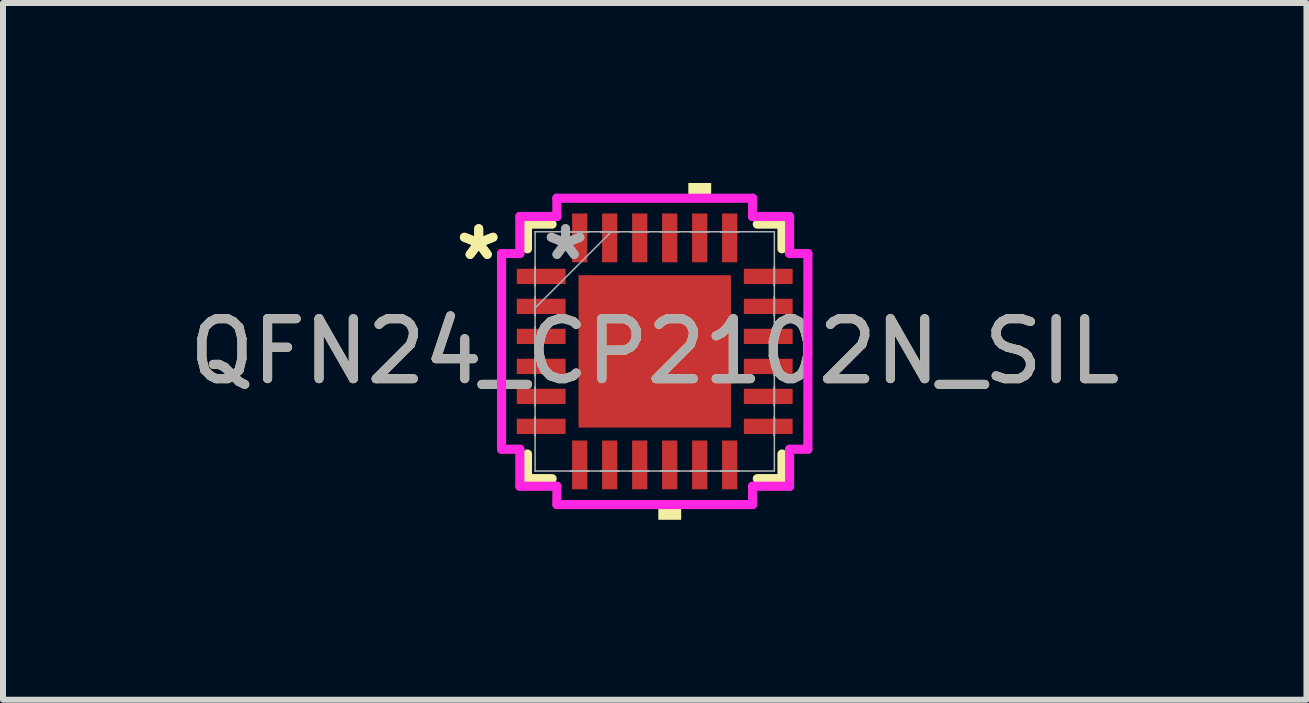
<source format=kicad_pcb>
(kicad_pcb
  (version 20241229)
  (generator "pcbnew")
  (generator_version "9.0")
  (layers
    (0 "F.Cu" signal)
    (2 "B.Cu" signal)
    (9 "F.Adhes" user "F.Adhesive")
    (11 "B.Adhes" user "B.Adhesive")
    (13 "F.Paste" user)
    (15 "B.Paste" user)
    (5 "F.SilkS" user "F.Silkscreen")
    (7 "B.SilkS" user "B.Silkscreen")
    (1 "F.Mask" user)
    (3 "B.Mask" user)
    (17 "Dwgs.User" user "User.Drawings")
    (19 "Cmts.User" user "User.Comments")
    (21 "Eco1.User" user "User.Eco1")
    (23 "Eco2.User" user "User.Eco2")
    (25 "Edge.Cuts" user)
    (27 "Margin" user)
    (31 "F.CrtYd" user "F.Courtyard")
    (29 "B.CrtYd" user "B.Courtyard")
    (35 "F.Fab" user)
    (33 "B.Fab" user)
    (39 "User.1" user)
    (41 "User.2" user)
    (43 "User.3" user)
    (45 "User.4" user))
  (footprint "QFN24_CP2102N_SIL"
    (layer "F.Cu")
    (at 7.863 2.807)
    (property "Reference" "QFN24_CP2102N_SIL" (at 0 0 0) (unlocked yes) (layer "F.SilkS") (effects (font (size 1 1) (thickness 0.15))))
    (attr smd)
    (fp_line (start -2.121 -2.121) (end -2.121 -1.71) (stroke (width 0.152) (type solid)) (layer "F.SilkS"))
    (fp_line (start -2.121 1.71) (end -2.121 2.121) (stroke (width 0.152) (type solid)) (layer "F.SilkS"))
    (fp_line (start -2.121 2.121) (end -1.71 2.121) (stroke (width 0.152) (type solid)) (layer "F.SilkS"))
    (fp_line (start -1.71 -2.121) (end -2.121 -2.121) (stroke (width 0.152) (type solid)) (layer "F.SilkS"))
    (fp_line (start 1.71 2.121) (end 2.121 2.121) (stroke (width 0.152) (type solid)) (layer "F.SilkS"))
    (fp_line (start 2.121 -2.121) (end 1.71 -2.121) (stroke (width 0.152) (type solid)) (layer "F.SilkS"))
    (fp_line (start 2.121 -1.71) (end 2.121 -2.121) (stroke (width 0.152) (type solid)) (layer "F.SilkS"))
    (fp_line (start 2.121 2.121) (end 2.121 1.71) (stroke (width 0.152) (type solid)) (layer "F.SilkS"))
    (fp_poly (pts (xy 0.06 2.553) (xy 0.06 2.807) (xy 0.441 2.807) (xy 0.441 2.553)) (stroke (width 0) (type solid)) (fill yes) (layer "F.SilkS"))
    (fp_poly (pts (xy 0.56 -2.553) (xy 0.56 -2.807) (xy 0.941 -2.807) (xy 0.941 -2.553)) (stroke (width 0) (type solid)) (fill yes) (layer "F.SilkS"))
    (fp_poly (pts (xy -1.17 -1.17) (xy -1.17 -0.1) (xy -0.1 -0.1) (xy -0.1 -1.17)) (stroke (width 0) (type solid)) (fill yes) (layer "F.Paste"))
    (fp_poly (pts (xy -1.17 0.1) (xy -1.17 1.17) (xy -0.1 1.17) (xy -0.1 0.1)) (stroke (width 0) (type solid)) (fill yes) (layer "F.Paste"))
    (fp_poly (pts (xy 0.1 -1.17) (xy 0.1 -0.1) (xy 1.17 -0.1) (xy 1.17 -1.17)) (stroke (width 0) (type solid)) (fill yes) (layer "F.Paste"))
    (fp_poly (pts (xy 0.1 0.1) (xy 0.1 1.17) (xy 1.17 1.17) (xy 1.17 0.1)) (stroke (width 0) (type solid)) (fill yes) (layer "F.Paste"))
    (fp_line (start -2.553 -1.631) (end -2.248 -1.631) (stroke (width 0.152) (type solid)) (layer "F.CrtYd"))
    (fp_line (start -2.553 1.631) (end -2.553 -1.631) (stroke (width 0.152) (type solid)) (layer "F.CrtYd"))
    (fp_line (start -2.248 -2.248) (end -1.631 -2.248) (stroke (width 0.152) (type solid)) (layer "F.CrtYd"))
    (fp_line (start -2.248 -1.631) (end -2.248 -2.248) (stroke (width 0.152) (type solid)) (layer "F.CrtYd"))
    (fp_line (start -2.248 1.631) (end -2.553 1.631) (stroke (width 0.152) (type solid)) (layer "F.CrtYd"))
    (fp_line (start -2.248 2.248) (end -2.248 1.631) (stroke (width 0.152) (type solid)) (layer "F.CrtYd"))
    (fp_line (start -1.631 -2.553) (end 1.631 -2.553) (stroke (width 0.152) (type solid)) (layer "F.CrtYd"))
    (fp_line (start -1.631 -2.248) (end -1.631 -2.553) (stroke (width 0.152) (type solid)) (layer "F.CrtYd"))
    (fp_line (start -1.631 2.248) (end -2.248 2.248) (stroke (width 0.152) (type solid)) (layer "F.CrtYd"))
    (fp_line (start -1.631 2.553) (end -1.631 2.248) (stroke (width 0.152) (type solid)) (layer "F.CrtYd"))
    (fp_line (start 1.631 -2.553) (end 1.631 -2.248) (stroke (width 0.152) (type solid)) (layer "F.CrtYd"))
    (fp_line (start 1.631 -2.248) (end 2.248 -2.248) (stroke (width 0.152) (type solid)) (layer "F.CrtYd"))
    (fp_line (start 1.631 2.248) (end 1.631 2.553) (stroke (width 0.152) (type solid)) (layer "F.CrtYd"))
    (fp_line (start 1.631 2.553) (end -1.631 2.553) (stroke (width 0.152) (type solid)) (layer "F.CrtYd"))
    (fp_line (start 2.248 -2.248) (end 2.248 -1.631) (stroke (width 0.152) (type solid)) (layer "F.CrtYd"))
    (fp_line (start 2.248 -1.631) (end 2.553 -1.631) (stroke (width 0.152) (type solid)) (layer "F.CrtYd"))
    (fp_line (start 2.248 1.631) (end 2.248 2.248) (stroke (width 0.152) (type solid)) (layer "F.CrtYd"))
    (fp_line (start 2.248 2.248) (end 1.631 2.248) (stroke (width 0.152) (type solid)) (layer "F.CrtYd"))
    (fp_line (start 2.553 -1.631) (end 2.553 1.631) (stroke (width 0.152) (type solid)) (layer "F.CrtYd"))
    (fp_line (start 2.553 1.631) (end 2.248 1.631) (stroke (width 0.152) (type solid)) (layer "F.CrtYd"))
    (fp_line (start -1.994 -1.994) (end -1.994 -1.994) (stroke (width 0.025) (type solid)) (layer "F.Fab"))
    (fp_line (start -1.994 -1.994) (end -1.994 1.994) (stroke (width 0.025) (type solid)) (layer "F.Fab"))
    (fp_line (start -1.994 -1.403) (end -1.994 -1.403) (stroke (width 0.025) (type solid)) (layer "F.Fab"))
    (fp_line (start -1.994 -1.403) (end -1.994 -1.098) (stroke (width 0.025) (type solid)) (layer "F.Fab"))
    (fp_line (start -1.994 -1.098) (end -1.994 -1.403) (stroke (width 0.025) (type solid)) (layer "F.Fab"))
    (fp_line (start -1.994 -1.098) (end -1.994 -1.098) (stroke (width 0.025) (type solid)) (layer "F.Fab"))
    (fp_line (start -1.994 -0.903) (end -1.994 -0.903) (stroke (width 0.025) (type solid)) (layer "F.Fab"))
    (fp_line (start -1.994 -0.903) (end -1.994 -0.598) (stroke (width 0.025) (type solid)) (layer "F.Fab"))
    (fp_line (start -1.994 -0.724) (end -0.724 -1.994) (stroke (width 0.025) (type solid)) (layer "F.Fab"))
    (fp_line (start -1.994 -0.598) (end -1.994 -0.903) (stroke (width 0.025) (type solid)) (layer "F.Fab"))
    (fp_line (start -1.994 -0.598) (end -1.994 -0.598) (stroke (width 0.025) (type solid)) (layer "F.Fab"))
    (fp_line (start -1.994 -0.402) (end -1.994 -0.402) (stroke (width 0.025) (type solid)) (layer "F.Fab"))
    (fp_line (start -1.994 -0.402) (end -1.994 -0.098) (stroke (width 0.025) (type solid)) (layer "F.Fab"))
    (fp_line (start -1.994 -0.098) (end -1.994 -0.402) (stroke (width 0.025) (type solid)) (layer "F.Fab"))
    (fp_line (start -1.994 -0.098) (end -1.994 -0.098) (stroke (width 0.025) (type solid)) (layer "F.Fab"))
    (fp_line (start -1.994 0.098) (end -1.994 0.098) (stroke (width 0.025) (type solid)) (layer "F.Fab"))
    (fp_line (start -1.994 0.098) (end -1.994 0.402) (stroke (width 0.025) (type solid)) (layer "F.Fab"))
    (fp_line (start -1.994 0.402) (end -1.994 0.098) (stroke (width 0.025) (type solid)) (layer "F.Fab"))
    (fp_line (start -1.994 0.402) (end -1.994 0.402) (stroke (width 0.025) (type solid)) (layer "F.Fab"))
    (fp_line (start -1.994 0.598) (end -1.994 0.598) (stroke (width 0.025) (type solid)) (layer "F.Fab"))
    (fp_line (start -1.994 0.598) (end -1.994 0.903) (stroke (width 0.025) (type solid)) (layer "F.Fab"))
    (fp_line (start -1.994 0.903) (end -1.994 0.598) (stroke (width 0.025) (type solid)) (layer "F.Fab"))
    (fp_line (start -1.994 0.903) (end -1.994 0.903) (stroke (width 0.025) (type solid)) (layer "F.Fab"))
    (fp_line (start -1.994 1.098) (end -1.994 1.098) (stroke (width 0.025) (type solid)) (layer "F.Fab"))
    (fp_line (start -1.994 1.098) (end -1.994 1.403) (stroke (width 0.025) (type solid)) (layer "F.Fab"))
    (fp_line (start -1.994 1.403) (end -1.994 1.098) (stroke (width 0.025) (type solid)) (layer "F.Fab"))
    (fp_line (start -1.994 1.403) (end -1.994 1.403) (stroke (width 0.025) (type solid)) (layer "F.Fab"))
    (fp_line (start -1.994 1.994) (end -1.994 1.994) (stroke (width 0.025) (type solid)) (layer "F.Fab"))
    (fp_line (start -1.994 1.994) (end 1.994 1.994) (stroke (width 0.025) (type solid)) (layer "F.Fab"))
    (fp_line (start -1.403 -1.994) (end -1.403 -1.994) (stroke (width 0.025) (type solid)) (layer "F.Fab"))
    (fp_line (start -1.403 -1.994) (end -1.098 -1.994) (stroke (width 0.025) (type solid)) (layer "F.Fab"))
    (fp_line (start -1.403 1.994) (end -1.403 1.994) (stroke (width 0.025) (type solid)) (layer "F.Fab"))
    (fp_line (start -1.403 1.994) (end -1.098 1.994) (stroke (width 0.025) (type solid)) (layer "F.Fab"))
    (fp_line (start -1.098 -1.994) (end -1.403 -1.994) (stroke (width 0.025) (type solid)) (layer "F.Fab"))
    (fp_line (start -1.098 -1.994) (end -1.098 -1.994) (stroke (width 0.025) (type solid)) (layer "F.Fab"))
    (fp_line (start -1.098 1.994) (end -1.403 1.994) (stroke (width 0.025) (type solid)) (layer "F.Fab"))
    (fp_line (start -1.098 1.994) (end -1.098 1.994) (stroke (width 0.025) (type solid)) (layer "F.Fab"))
    (fp_line (start -0.903 -1.994) (end -0.903 -1.994) (stroke (width 0.025) (type solid)) (layer "F.Fab"))
    (fp_line (start -0.903 -1.994) (end -0.598 -1.994) (stroke (width 0.025) (type solid)) (layer "F.Fab"))
    (fp_line (start -0.903 1.994) (end -0.903 1.994) (stroke (width 0.025) (type solid)) (layer "F.Fab"))
    (fp_line (start -0.903 1.994) (end -0.598 1.994) (stroke (width 0.025) (type solid)) (layer "F.Fab"))
    (fp_line (start -0.598 -1.994) (end -0.903 -1.994) (stroke (width 0.025) (type solid)) (layer "F.Fab"))
    (fp_line (start -0.598 -1.994) (end -0.598 -1.994) (stroke (width 0.025) (type solid)) (layer "F.Fab"))
    (fp_line (start -0.598 1.994) (end -0.903 1.994) (stroke (width 0.025) (type solid)) (layer "F.Fab"))
    (fp_line (start -0.598 1.994) (end -0.598 1.994) (stroke (width 0.025) (type solid)) (layer "F.Fab"))
    (fp_line (start -0.402 -1.994) (end -0.402 -1.994) (stroke (width 0.025) (type solid)) (layer "F.Fab"))
    (fp_line (start -0.402 -1.994) (end -0.098 -1.994) (stroke (width 0.025) (type solid)) (layer "F.Fab"))
    (fp_line (start -0.402 1.994) (end -0.402 1.994) (stroke (width 0.025) (type solid)) (layer "F.Fab"))
    (fp_line (start -0.402 1.994) (end -0.098 1.994) (stroke (width 0.025) (type solid)) (layer "F.Fab"))
    (fp_line (start -0.098 -1.994) (end -0.402 -1.994) (stroke (width 0.025) (type solid)) (layer "F.Fab"))
    (fp_line (start -0.098 -1.994) (end -0.098 -1.994) (stroke (width 0.025) (type solid)) (layer "F.Fab"))
    (fp_line (start -0.098 1.994) (end -0.402 1.994) (stroke (width 0.025) (type solid)) (layer "F.Fab"))
    (fp_line (start -0.098 1.994) (end -0.098 1.994) (stroke (width 0.025) (type solid)) (layer "F.Fab"))
    (fp_line (start 0.098 -1.994) (end 0.098 -1.994) (stroke (width 0.025) (type solid)) (layer "F.Fab"))
    (fp_line (start 0.098 -1.994) (end 0.402 -1.994) (stroke (width 0.025) (type solid)) (layer "F.Fab"))
    (fp_line (start 0.098 1.994) (end 0.098 1.994) (stroke (width 0.025) (type solid)) (layer "F.Fab"))
    (fp_line (start 0.098 1.994) (end 0.402 1.994) (stroke (width 0.025) (type solid)) (layer "F.Fab"))
    (fp_line (start 0.402 -1.994) (end 0.098 -1.994) (stroke (width 0.025) (type solid)) (layer "F.Fab"))
    (fp_line (start 0.402 -1.994) (end 0.402 -1.994) (stroke (width 0.025) (type solid)) (layer "F.Fab"))
    (fp_line (start 0.402 1.994) (end 0.098 1.994) (stroke (width 0.025) (type solid)) (layer "F.Fab"))
    (fp_line (start 0.402 1.994) (end 0.402 1.994) (stroke (width 0.025) (type solid)) (layer "F.Fab"))
    (fp_line (start 0.598 -1.994) (end 0.598 -1.994) (stroke (width 0.025) (type solid)) (layer "F.Fab"))
    (fp_line (start 0.598 -1.994) (end 0.903 -1.994) (stroke (width 0.025) (type solid)) (layer "F.Fab"))
    (fp_line (start 0.598 1.994) (end 0.598 1.994) (stroke (width 0.025) (type solid)) (layer "F.Fab"))
    (fp_line (start 0.598 1.994) (end 0.903 1.994) (stroke (width 0.025) (type solid)) (layer "F.Fab"))
    (fp_line (start 0.903 -1.994) (end 0.598 -1.994) (stroke (width 0.025) (type solid)) (layer "F.Fab"))
    (fp_line (start 0.903 -1.994) (end 0.903 -1.994) (stroke (width 0.025) (type solid)) (layer "F.Fab"))
    (fp_line (start 0.903 1.994) (end 0.598 1.994) (stroke (width 0.025) (type solid)) (layer "F.Fab"))
    (fp_line (start 0.903 1.994) (end 0.903 1.994) (stroke (width 0.025) (type solid)) (layer "F.Fab"))
    (fp_line (start 1.098 -1.994) (end 1.098 -1.994) (stroke (width 0.025) (type solid)) (layer "F.Fab"))
    (fp_line (start 1.098 -1.994) (end 1.403 -1.994) (stroke (width 0.025) (type solid)) (layer "F.Fab"))
    (fp_line (start 1.098 1.994) (end 1.098 1.994) (stroke (width 0.025) (type solid)) (layer "F.Fab"))
    (fp_line (start 1.098 1.994) (end 1.403 1.994) (stroke (width 0.025) (type solid)) (layer "F.Fab"))
    (fp_line (start 1.403 -1.994) (end 1.098 -1.994) (stroke (width 0.025) (type solid)) (layer "F.Fab"))
    (fp_line (start 1.403 -1.994) (end 1.403 -1.994) (stroke (width 0.025) (type solid)) (layer "F.Fab"))
    (fp_line (start 1.403 1.994) (end 1.098 1.994) (stroke (width 0.025) (type solid)) (layer "F.Fab"))
    (fp_line (start 1.403 1.994) (end 1.403 1.994) (stroke (width 0.025) (type solid)) (layer "F.Fab"))
    (fp_line (start 1.994 -1.994) (end -1.994 -1.994) (stroke (width 0.025) (type solid)) (layer "F.Fab"))
    (fp_line (start 1.994 -1.994) (end 1.994 -1.994) (stroke (width 0.025) (type solid)) (layer "F.Fab"))
    (fp_line (start 1.994 -1.403) (end 1.994 -1.403) (stroke (width 0.025) (type solid)) (layer "F.Fab"))
    (fp_line (start 1.994 -1.403) (end 1.994 -1.098) (stroke (width 0.025) (type solid)) (layer "F.Fab"))
    (fp_line (start 1.994 -1.098) (end 1.994 -1.403) (stroke (width 0.025) (type solid)) (layer "F.Fab"))
    (fp_line (start 1.994 -1.098) (end 1.994 -1.098) (stroke (width 0.025) (type solid)) (layer "F.Fab"))
    (fp_line (start 1.994 -0.903) (end 1.994 -0.903) (stroke (width 0.025) (type solid)) (layer "F.Fab"))
    (fp_line (start 1.994 -0.903) (end 1.994 -0.598) (stroke (width 0.025) (type solid)) (layer "F.Fab"))
    (fp_line (start 1.994 -0.598) (end 1.994 -0.903) (stroke (width 0.025) (type solid)) (layer "F.Fab"))
    (fp_line (start 1.994 -0.598) (end 1.994 -0.598) (stroke (width 0.025) (type solid)) (layer "F.Fab"))
    (fp_line (start 1.994 -0.402) (end 1.994 -0.402) (stroke (width 0.025) (type solid)) (layer "F.Fab"))
    (fp_line (start 1.994 -0.402) (end 1.994 -0.098) (stroke (width 0.025) (type solid)) (layer "F.Fab"))
    (fp_line (start 1.994 -0.098) (end 1.994 -0.402) (stroke (width 0.025) (type solid)) (layer "F.Fab"))
    (fp_line (start 1.994 -0.098) (end 1.994 -0.098) (stroke (width 0.025) (type solid)) (layer "F.Fab"))
    (fp_line (start 1.994 0.098) (end 1.994 0.098) (stroke (width 0.025) (type solid)) (layer "F.Fab"))
    (fp_line (start 1.994 0.098) (end 1.994 0.402) (stroke (width 0.025) (type solid)) (layer "F.Fab"))
    (fp_line (start 1.994 0.402) (end 1.994 0.098) (stroke (width 0.025) (type solid)) (layer "F.Fab"))
    (fp_line (start 1.994 0.402) (end 1.994 0.402) (stroke (width 0.025) (type solid)) (layer "F.Fab"))
    (fp_line (start 1.994 0.598) (end 1.994 0.598) (stroke (width 0.025) (type solid)) (layer "F.Fab"))
    (fp_line (start 1.994 0.598) (end 1.994 0.903) (stroke (width 0.025) (type solid)) (layer "F.Fab"))
    (fp_line (start 1.994 0.903) (end 1.994 0.598) (stroke (width 0.025) (type solid)) (layer "F.Fab"))
    (fp_line (start 1.994 0.903) (end 1.994 0.903) (stroke (width 0.025) (type solid)) (layer "F.Fab"))
    (fp_line (start 1.994 1.098) (end 1.994 1.098) (stroke (width 0.025) (type solid)) (layer "F.Fab"))
    (fp_line (start 1.994 1.098) (end 1.994 1.403) (stroke (width 0.025) (type solid)) (layer "F.Fab"))
    (fp_line (start 1.994 1.403) (end 1.994 1.098) (stroke (width 0.025) (type solid)) (layer "F.Fab"))
    (fp_line (start 1.994 1.403) (end 1.994 1.403) (stroke (width 0.025) (type solid)) (layer "F.Fab"))
    (fp_line (start 1.994 1.994) (end 1.994 -1.994) (stroke (width 0.025) (type solid)) (layer "F.Fab"))
    (fp_line (start 1.994 1.994) (end 1.994 1.994) (stroke (width 0.025) (type solid)) (layer "F.Fab"))
    (fp_text user "*" (at -2.934 -1.5 0) (layer "F.SilkS") (effects (font (size 1 1) (thickness 0.15))))
    (fp_text user "*" (at -2.934 -1.5 0) (unlocked yes) (layer "F.SilkS") (effects (font (size 1 1) (thickness 0.15))))
    (fp_text user "*" (at -1.486 -1.5 0) (layer "F.Fab") (effects (font (size 1 1) (thickness 0.15))))
    (fp_text user "${REFERENCE}" (at 0 0 0) (unlocked yes) (layer "F.Fab") (effects (font (size 1 1) (thickness 0.15))))
    (fp_text user "*" (at -1.486 -1.5 0) (unlocked yes) (layer "F.Fab") (effects (font (size 1 1) (thickness 0.15))))
    (pad "1" smd rect (at -1.892 -1.25 90) (size 0.254 0.813) (layers "F.Cu" "F.Mask" "F.Paste"))
    (pad "2" smd rect (at -1.892 -0.75 90) (size 0.254 0.813) (layers "F.Cu" "F.Mask" "F.Paste"))
    (pad "3" smd rect (at -1.892 -0.25 90) (size 0.254 0.813) (layers "F.Cu" "F.Mask" "F.Paste"))
    (pad "4" smd rect (at -1.892 0.25 90) (size 0.254 0.813) (layers "F.Cu" "F.Mask" "F.Paste"))
    (pad "5" smd rect (at -1.892 0.75 90) (size 0.254 0.813) (layers "F.Cu" "F.Mask" "F.Paste"))
    (pad "6" smd rect (at -1.892 1.25 90) (size 0.254 0.813) (layers "F.Cu" "F.Mask" "F.Paste"))
    (pad "7" smd rect (at -1.25 1.892) (size 0.254 0.813) (layers "F.Cu" "F.Mask" "F.Paste"))
    (pad "8" smd rect (at -0.75 1.892) (size 0.254 0.813) (layers "F.Cu" "F.Mask" "F.Paste"))
    (pad "9" smd rect (at -0.25 1.892) (size 0.254 0.813) (layers "F.Cu" "F.Mask" "F.Paste"))
    (pad "10" smd rect (at 0.25 1.892) (size 0.254 0.813) (layers "F.Cu" "F.Mask" "F.Paste"))
    (pad "11" smd rect (at 0.75 1.892) (size 0.254 0.813) (layers "F.Cu" "F.Mask" "F.Paste"))
    (pad "12" smd rect (at 1.25 1.892) (size 0.254 0.813) (layers "F.Cu" "F.Mask" "F.Paste"))
    (pad "13" smd rect (at 1.892 1.25 90) (size 0.254 0.813) (layers "F.Cu" "F.Mask" "F.Paste"))
    (pad "14" smd rect (at 1.892 0.75 90) (size 0.254 0.813) (layers "F.Cu" "F.Mask" "F.Paste"))
    (pad "15" smd rect (at 1.892 0.25 90) (size 0.254 0.813) (layers "F.Cu" "F.Mask" "F.Paste"))
    (pad "16" smd rect (at 1.892 -0.25 90) (size 0.254 0.813) (layers "F.Cu" "F.Mask" "F.Paste"))
    (pad "17" smd rect (at 1.892 -0.75 90) (size 0.254 0.813) (layers "F.Cu" "F.Mask" "F.Paste"))
    (pad "18" smd rect (at 1.892 -1.25 90) (size 0.254 0.813) (layers "F.Cu" "F.Mask" "F.Paste"))
    (pad "19" smd rect (at 1.25 -1.892) (size 0.254 0.813) (layers "F.Cu" "F.Mask" "F.Paste"))
    (pad "20" smd rect (at 0.75 -1.892) (size 0.254 0.813) (layers "F.Cu" "F.Mask" "F.Paste"))
    (pad "21" smd rect (at 0.25 -1.892) (size 0.254 0.813) (layers "F.Cu" "F.Mask" "F.Paste"))
    (pad "22" smd rect (at -0.25 -1.892) (size 0.254 0.813) (layers "F.Cu" "F.Mask" "F.Paste"))
    (pad "23" smd rect (at -0.75 -1.892) (size 0.254 0.813) (layers "F.Cu" "F.Mask" "F.Paste"))
    (pad "24" smd rect (at -1.25 -1.892) (size 0.254 0.813) (layers "F.Cu" "F.Mask" "F.Paste"))
    (pad "25" smd rect (at 0 0) (size 2.54 2.54) (layers "F.Cu" "F.Mask" "F.Paste")))
  (gr_rect
    (start -3 -3)
    (end 18.726 8.613)
    (stroke (width 0.1) (type default))
    (fill no)
    (layer "Edge.Cuts")))
</source>
